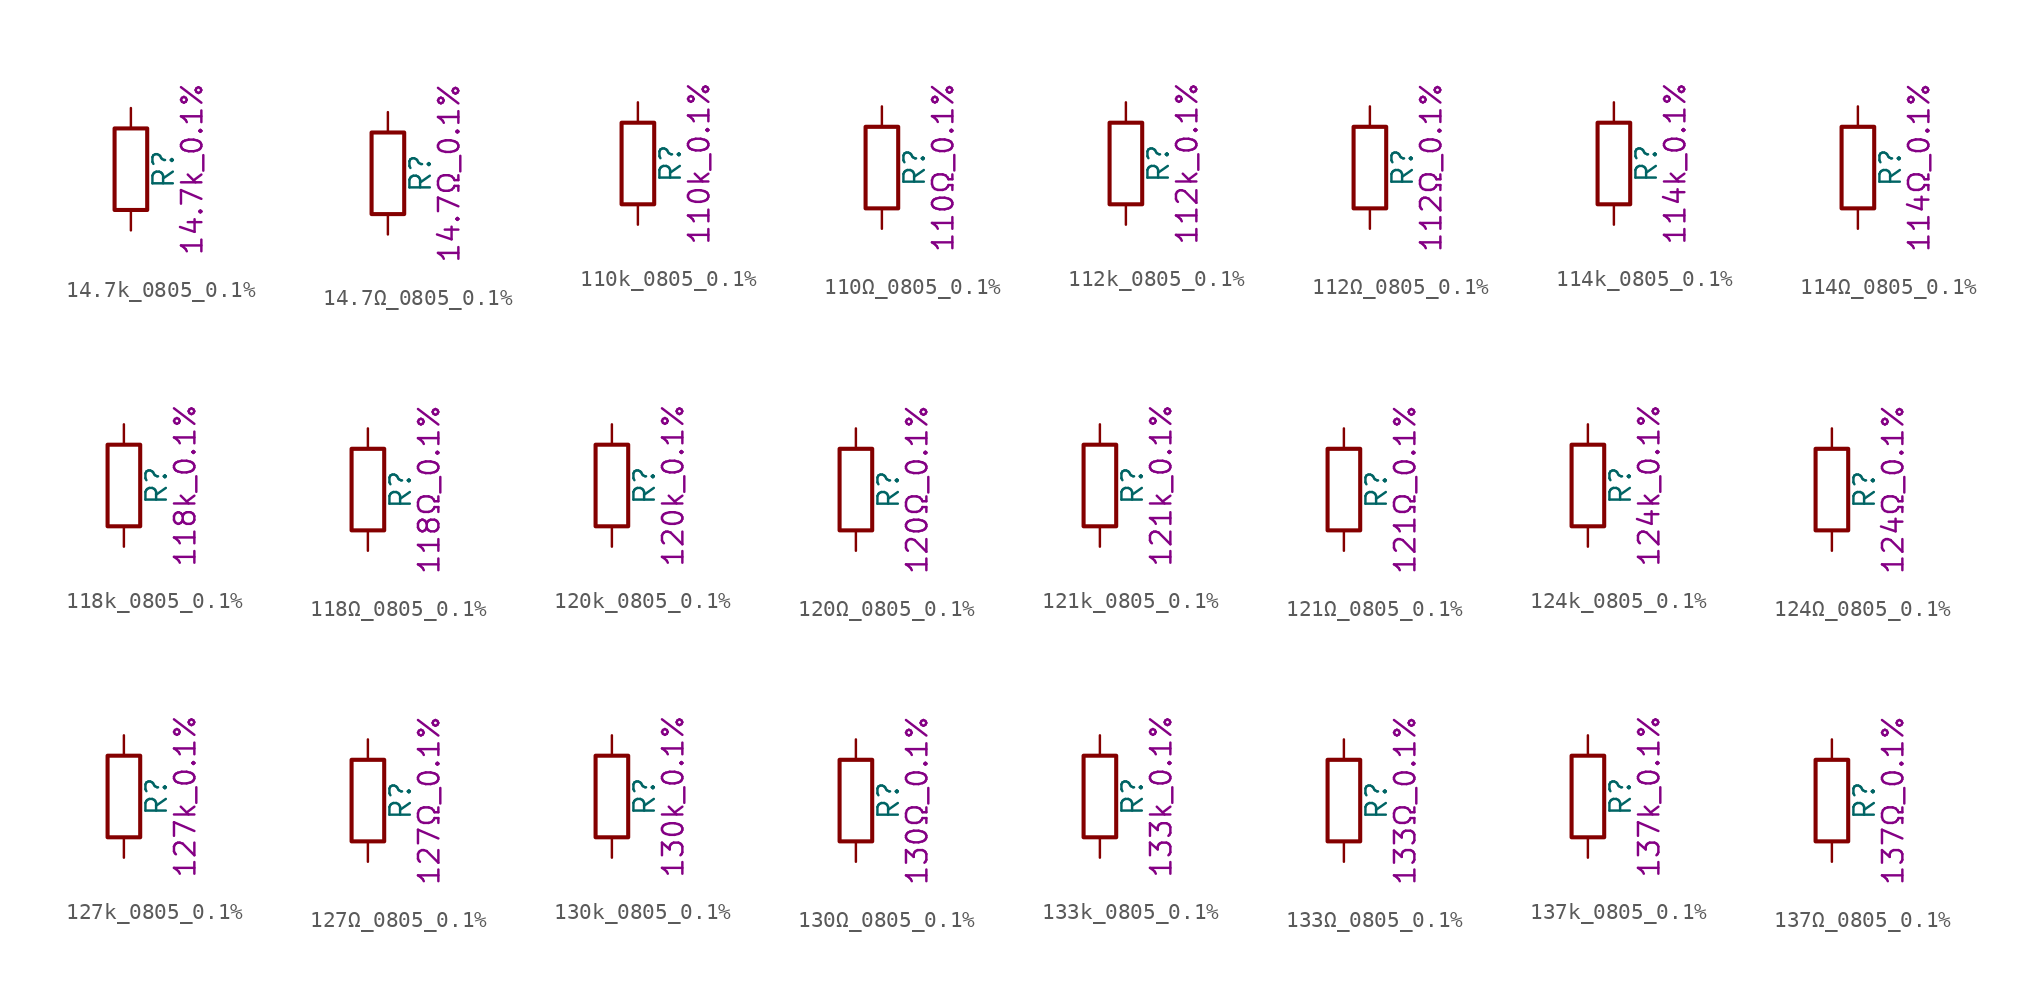
<source format=kicad_sym>
(kicad_symbol_lib
  (version 20211014)
  (generator kicad_symbol_editor)
  (symbol "14.7k_0805_0.1%"
    (pin_numbers hide)
    (pin_names
      (offset 0))
    (property "Reference" "R"
      (at 2.032 0 90)
      (effects (font (size 1.27 1.27))))
    (property "Display" "14.7k_0.1%"
      (at 3.81 0 90)
      (effects (font (size 1.27 1.27))))
    (symbol "14.7k_0805_0.1%_0_1"
      (rectangle (start -1.016 -2.54) (end 1.016 2.54) (stroke (width 0.254) (type default) (color 0 0 0 0)) (fill (type none))))
    (symbol "14.7k_0805_0.1%_1_1"
      (pin passive line (at 0 3.81 270) (length 1.27) (name "~" (effects (font (size 1.27 1.27)))) (number "1" (effects (font (size 1.27 1.27)))))
      (pin passive line (at 0 -3.81 90) (length 1.27) (name "~" (effects (font (size 1.27 1.27)))) (number "2" (effects (font (size 1.27 1.27)))))))
  (symbol "14.7Ω_0805_0.1%"
    (pin_numbers hide)
    (pin_names
      (offset 0))
    (property "Reference" "R"
      (at 2.032 0 90)
      (effects (font (size 1.27 1.27))))
    (property "Display" "14.7Ω_0.1%"
      (at 3.81 0 90)
      (effects (font (size 1.27 1.27))))
    (symbol "14.7Ω_0805_0.1%_0_1"
      (rectangle (start -1.016 -2.54) (end 1.016 2.54) (stroke (width 0.254) (type default) (color 0 0 0 0)) (fill (type none))))
    (symbol "14.7Ω_0805_0.1%_1_1"
      (pin passive line (at 0 3.81 270) (length 1.27) (name "~" (effects (font (size 1.27 1.27)))) (number "1" (effects (font (size 1.27 1.27)))))
      (pin passive line (at 0 -3.81 90) (length 1.27) (name "~" (effects (font (size 1.27 1.27)))) (number "2" (effects (font (size 1.27 1.27)))))))
  (symbol "110k_0805_0.1%"
    (pin_numbers hide)
    (pin_names
      (offset 0))
    (property "Reference" "R"
      (at 2.032 0 90)
      (effects (font (size 1.27 1.27))))
    (property "Display" "110k_0.1%"
      (at 3.81 0 90)
      (effects (font (size 1.27 1.27))))
    (symbol "110k_0805_0.1%_0_1"
      (rectangle (start -1.016 -2.54) (end 1.016 2.54) (stroke (width 0.254) (type default) (color 0 0 0 0)) (fill (type none))))
    (symbol "110k_0805_0.1%_1_1"
      (pin passive line (at 0 3.81 270) (length 1.27) (name "~" (effects (font (size 1.27 1.27)))) (number "1" (effects (font (size 1.27 1.27)))))
      (pin passive line (at 0 -3.81 90) (length 1.27) (name "~" (effects (font (size 1.27 1.27)))) (number "2" (effects (font (size 1.27 1.27)))))))
  (symbol "110Ω_0805_0.1%"
    (pin_numbers hide)
    (pin_names
      (offset 0))
    (property "Reference" "R"
      (at 2.032 0 90)
      (effects (font (size 1.27 1.27))))
    (property "Display" "110Ω_0.1%"
      (at 3.81 0 90)
      (effects (font (size 1.27 1.27))))
    (symbol "110Ω_0805_0.1%_0_1"
      (rectangle (start -1.016 -2.54) (end 1.016 2.54) (stroke (width 0.254) (type default) (color 0 0 0 0)) (fill (type none))))
    (symbol "110Ω_0805_0.1%_1_1"
      (pin passive line (at 0 3.81 270) (length 1.27) (name "~" (effects (font (size 1.27 1.27)))) (number "1" (effects (font (size 1.27 1.27)))))
      (pin passive line (at 0 -3.81 90) (length 1.27) (name "~" (effects (font (size 1.27 1.27)))) (number "2" (effects (font (size 1.27 1.27)))))))
  (symbol "112k_0805_0.1%"
    (pin_numbers hide)
    (pin_names
      (offset 0))
    (property "Reference" "R"
      (at 2.032 0 90)
      (effects (font (size 1.27 1.27))))
    (property "Display" "112k_0.1%"
      (at 3.81 0 90)
      (effects (font (size 1.27 1.27))))
    (symbol "112k_0805_0.1%_0_1"
      (rectangle (start -1.016 -2.54) (end 1.016 2.54) (stroke (width 0.254) (type default) (color 0 0 0 0)) (fill (type none))))
    (symbol "112k_0805_0.1%_1_1"
      (pin passive line (at 0 3.81 270) (length 1.27) (name "~" (effects (font (size 1.27 1.27)))) (number "1" (effects (font (size 1.27 1.27)))))
      (pin passive line (at 0 -3.81 90) (length 1.27) (name "~" (effects (font (size 1.27 1.27)))) (number "2" (effects (font (size 1.27 1.27)))))))
  (symbol "112Ω_0805_0.1%"
    (pin_numbers hide)
    (pin_names
      (offset 0))
    (property "Reference" "R"
      (at 2.032 0 90)
      (effects (font (size 1.27 1.27))))
    (property "Display" "112Ω_0.1%"
      (at 3.81 0 90)
      (effects (font (size 1.27 1.27))))
    (symbol "112Ω_0805_0.1%_0_1"
      (rectangle (start -1.016 -2.54) (end 1.016 2.54) (stroke (width 0.254) (type default) (color 0 0 0 0)) (fill (type none))))
    (symbol "112Ω_0805_0.1%_1_1"
      (pin passive line (at 0 3.81 270) (length 1.27) (name "~" (effects (font (size 1.27 1.27)))) (number "1" (effects (font (size 1.27 1.27)))))
      (pin passive line (at 0 -3.81 90) (length 1.27) (name "~" (effects (font (size 1.27 1.27)))) (number "2" (effects (font (size 1.27 1.27)))))))
  (symbol "114k_0805_0.1%"
    (pin_numbers hide)
    (pin_names
      (offset 0))
    (property "Reference" "R"
      (at 2.032 0 90)
      (effects (font (size 1.27 1.27))))
    (property "Display" "114k_0.1%"
      (at 3.81 0 90)
      (effects (font (size 1.27 1.27))))
    (symbol "114k_0805_0.1%_0_1"
      (rectangle (start -1.016 -2.54) (end 1.016 2.54) (stroke (width 0.254) (type default) (color 0 0 0 0)) (fill (type none))))
    (symbol "114k_0805_0.1%_1_1"
      (pin passive line (at 0 3.81 270) (length 1.27) (name "~" (effects (font (size 1.27 1.27)))) (number "1" (effects (font (size 1.27 1.27)))))
      (pin passive line (at 0 -3.81 90) (length 1.27) (name "~" (effects (font (size 1.27 1.27)))) (number "2" (effects (font (size 1.27 1.27)))))))
  (symbol "114Ω_0805_0.1%"
    (pin_numbers hide)
    (pin_names
      (offset 0))
    (property "Reference" "R"
      (at 2.032 0 90)
      (effects (font (size 1.27 1.27))))
    (property "Display" "114Ω_0.1%"
      (at 3.81 0 90)
      (effects (font (size 1.27 1.27))))
    (symbol "114Ω_0805_0.1%_0_1"
      (rectangle (start -1.016 -2.54) (end 1.016 2.54) (stroke (width 0.254) (type default) (color 0 0 0 0)) (fill (type none))))
    (symbol "114Ω_0805_0.1%_1_1"
      (pin passive line (at 0 3.81 270) (length 1.27) (name "~" (effects (font (size 1.27 1.27)))) (number "1" (effects (font (size 1.27 1.27)))))
      (pin passive line (at 0 -3.81 90) (length 1.27) (name "~" (effects (font (size 1.27 1.27)))) (number "2" (effects (font (size 1.27 1.27)))))))
  (symbol "118k_0805_0.1%"
    (pin_numbers hide)
    (pin_names
      (offset 0))
    (property "Reference" "R"
      (at 2.032 0 90)
      (effects (font (size 1.27 1.27))))
    (property "Display" "118k_0.1%"
      (at 3.81 0 90)
      (effects (font (size 1.27 1.27))))
    (symbol "118k_0805_0.1%_0_1"
      (rectangle (start -1.016 -2.54) (end 1.016 2.54) (stroke (width 0.254) (type default) (color 0 0 0 0)) (fill (type none))))
    (symbol "118k_0805_0.1%_1_1"
      (pin passive line (at 0 3.81 270) (length 1.27) (name "~" (effects (font (size 1.27 1.27)))) (number "1" (effects (font (size 1.27 1.27)))))
      (pin passive line (at 0 -3.81 90) (length 1.27) (name "~" (effects (font (size 1.27 1.27)))) (number "2" (effects (font (size 1.27 1.27)))))))
  (symbol "118Ω_0805_0.1%"
    (pin_numbers hide)
    (pin_names
      (offset 0))
    (property "Reference" "R"
      (at 2.032 0 90)
      (effects (font (size 1.27 1.27))))
    (property "Display" "118Ω_0.1%"
      (at 3.81 0 90)
      (effects (font (size 1.27 1.27))))
    (symbol "118Ω_0805_0.1%_0_1"
      (rectangle (start -1.016 -2.54) (end 1.016 2.54) (stroke (width 0.254) (type default) (color 0 0 0 0)) (fill (type none))))
    (symbol "118Ω_0805_0.1%_1_1"
      (pin passive line (at 0 3.81 270) (length 1.27) (name "~" (effects (font (size 1.27 1.27)))) (number "1" (effects (font (size 1.27 1.27)))))
      (pin passive line (at 0 -3.81 90) (length 1.27) (name "~" (effects (font (size 1.27 1.27)))) (number "2" (effects (font (size 1.27 1.27)))))))
  (symbol "120k_0805_0.1%"
    (pin_numbers hide)
    (pin_names
      (offset 0))
    (property "Reference" "R"
      (at 2.032 0 90)
      (effects (font (size 1.27 1.27))))
    (property "Display" "120k_0.1%"
      (at 3.81 0 90)
      (effects (font (size 1.27 1.27))))
    (symbol "120k_0805_0.1%_0_1"
      (rectangle (start -1.016 -2.54) (end 1.016 2.54) (stroke (width 0.254) (type default) (color 0 0 0 0)) (fill (type none))))
    (symbol "120k_0805_0.1%_1_1"
      (pin passive line (at 0 3.81 270) (length 1.27) (name "~" (effects (font (size 1.27 1.27)))) (number "1" (effects (font (size 1.27 1.27)))))
      (pin passive line (at 0 -3.81 90) (length 1.27) (name "~" (effects (font (size 1.27 1.27)))) (number "2" (effects (font (size 1.27 1.27)))))))
  (symbol "120Ω_0805_0.1%"
    (pin_numbers hide)
    (pin_names
      (offset 0))
    (property "Reference" "R"
      (at 2.032 0 90)
      (effects (font (size 1.27 1.27))))
    (property "Display" "120Ω_0.1%"
      (at 3.81 0 90)
      (effects (font (size 1.27 1.27))))
    (symbol "120Ω_0805_0.1%_0_1"
      (rectangle (start -1.016 -2.54) (end 1.016 2.54) (stroke (width 0.254) (type default) (color 0 0 0 0)) (fill (type none))))
    (symbol "120Ω_0805_0.1%_1_1"
      (pin passive line (at 0 3.81 270) (length 1.27) (name "~" (effects (font (size 1.27 1.27)))) (number "1" (effects (font (size 1.27 1.27)))))
      (pin passive line (at 0 -3.81 90) (length 1.27) (name "~" (effects (font (size 1.27 1.27)))) (number "2" (effects (font (size 1.27 1.27)))))))
  (symbol "121k_0805_0.1%"
    (pin_numbers hide)
    (pin_names
      (offset 0))
    (property "Reference" "R"
      (at 2.032 0 90)
      (effects (font (size 1.27 1.27))))
    (property "Display" "121k_0.1%"
      (at 3.81 0 90)
      (effects (font (size 1.27 1.27))))
    (symbol "121k_0805_0.1%_0_1"
      (rectangle (start -1.016 -2.54) (end 1.016 2.54) (stroke (width 0.254) (type default) (color 0 0 0 0)) (fill (type none))))
    (symbol "121k_0805_0.1%_1_1"
      (pin passive line (at 0 3.81 270) (length 1.27) (name "~" (effects (font (size 1.27 1.27)))) (number "1" (effects (font (size 1.27 1.27)))))
      (pin passive line (at 0 -3.81 90) (length 1.27) (name "~" (effects (font (size 1.27 1.27)))) (number "2" (effects (font (size 1.27 1.27)))))))
  (symbol "121Ω_0805_0.1%"
    (pin_numbers hide)
    (pin_names
      (offset 0))
    (property "Reference" "R"
      (at 2.032 0 90)
      (effects (font (size 1.27 1.27))))
    (property "Display" "121Ω_0.1%"
      (at 3.81 0 90)
      (effects (font (size 1.27 1.27))))
    (symbol "121Ω_0805_0.1%_0_1"
      (rectangle (start -1.016 -2.54) (end 1.016 2.54) (stroke (width 0.254) (type default) (color 0 0 0 0)) (fill (type none))))
    (symbol "121Ω_0805_0.1%_1_1"
      (pin passive line (at 0 3.81 270) (length 1.27) (name "~" (effects (font (size 1.27 1.27)))) (number "1" (effects (font (size 1.27 1.27)))))
      (pin passive line (at 0 -3.81 90) (length 1.27) (name "~" (effects (font (size 1.27 1.27)))) (number "2" (effects (font (size 1.27 1.27)))))))
  (symbol "124k_0805_0.1%"
    (pin_numbers hide)
    (pin_names
      (offset 0))
    (property "Reference" "R"
      (at 2.032 0 90)
      (effects (font (size 1.27 1.27))))
    (property "Display" "124k_0.1%"
      (at 3.81 0 90)
      (effects (font (size 1.27 1.27))))
    (symbol "124k_0805_0.1%_0_1"
      (rectangle (start -1.016 -2.54) (end 1.016 2.54) (stroke (width 0.254) (type default) (color 0 0 0 0)) (fill (type none))))
    (symbol "124k_0805_0.1%_1_1"
      (pin passive line (at 0 3.81 270) (length 1.27) (name "~" (effects (font (size 1.27 1.27)))) (number "1" (effects (font (size 1.27 1.27)))))
      (pin passive line (at 0 -3.81 90) (length 1.27) (name "~" (effects (font (size 1.27 1.27)))) (number "2" (effects (font (size 1.27 1.27)))))))
  (symbol "124Ω_0805_0.1%"
    (pin_numbers hide)
    (pin_names
      (offset 0))
    (property "Reference" "R"
      (at 2.032 0 90)
      (effects (font (size 1.27 1.27))))
    (property "Display" "124Ω_0.1%"
      (at 3.81 0 90)
      (effects (font (size 1.27 1.27))))
    (symbol "124Ω_0805_0.1%_0_1"
      (rectangle (start -1.016 -2.54) (end 1.016 2.54) (stroke (width 0.254) (type default) (color 0 0 0 0)) (fill (type none))))
    (symbol "124Ω_0805_0.1%_1_1"
      (pin passive line (at 0 3.81 270) (length 1.27) (name "~" (effects (font (size 1.27 1.27)))) (number "1" (effects (font (size 1.27 1.27)))))
      (pin passive line (at 0 -3.81 90) (length 1.27) (name "~" (effects (font (size 1.27 1.27)))) (number "2" (effects (font (size 1.27 1.27)))))))
  (symbol "127k_0805_0.1%"
    (pin_numbers hide)
    (pin_names
      (offset 0))
    (property "Reference" "R"
      (at 2.032 0 90)
      (effects (font (size 1.27 1.27))))
    (property "Display" "127k_0.1%"
      (at 3.81 0 90)
      (effects (font (size 1.27 1.27))))
    (symbol "127k_0805_0.1%_0_1"
      (rectangle (start -1.016 -2.54) (end 1.016 2.54) (stroke (width 0.254) (type default) (color 0 0 0 0)) (fill (type none))))
    (symbol "127k_0805_0.1%_1_1"
      (pin passive line (at 0 3.81 270) (length 1.27) (name "~" (effects (font (size 1.27 1.27)))) (number "1" (effects (font (size 1.27 1.27)))))
      (pin passive line (at 0 -3.81 90) (length 1.27) (name "~" (effects (font (size 1.27 1.27)))) (number "2" (effects (font (size 1.27 1.27)))))))
  (symbol "127Ω_0805_0.1%"
    (pin_numbers hide)
    (pin_names
      (offset 0))
    (property "Reference" "R"
      (at 2.032 0 90)
      (effects (font (size 1.27 1.27))))
    (property "Display" "127Ω_0.1%"
      (at 3.81 0 90)
      (effects (font (size 1.27 1.27))))
    (symbol "127Ω_0805_0.1%_0_1"
      (rectangle (start -1.016 -2.54) (end 1.016 2.54) (stroke (width 0.254) (type default) (color 0 0 0 0)) (fill (type none))))
    (symbol "127Ω_0805_0.1%_1_1"
      (pin passive line (at 0 3.81 270) (length 1.27) (name "~" (effects (font (size 1.27 1.27)))) (number "1" (effects (font (size 1.27 1.27)))))
      (pin passive line (at 0 -3.81 90) (length 1.27) (name "~" (effects (font (size 1.27 1.27)))) (number "2" (effects (font (size 1.27 1.27)))))))
  (symbol "130k_0805_0.1%"
    (pin_numbers hide)
    (pin_names
      (offset 0))
    (property "Reference" "R"
      (at 2.032 0 90)
      (effects (font (size 1.27 1.27))))
    (property "Display" "130k_0.1%"
      (at 3.81 0 90)
      (effects (font (size 1.27 1.27))))
    (symbol "130k_0805_0.1%_0_1"
      (rectangle (start -1.016 -2.54) (end 1.016 2.54) (stroke (width 0.254) (type default) (color 0 0 0 0)) (fill (type none))))
    (symbol "130k_0805_0.1%_1_1"
      (pin passive line (at 0 3.81 270) (length 1.27) (name "~" (effects (font (size 1.27 1.27)))) (number "1" (effects (font (size 1.27 1.27)))))
      (pin passive line (at 0 -3.81 90) (length 1.27) (name "~" (effects (font (size 1.27 1.27)))) (number "2" (effects (font (size 1.27 1.27)))))))
  (symbol "130Ω_0805_0.1%"
    (pin_numbers hide)
    (pin_names
      (offset 0))
    (property "Reference" "R"
      (at 2.032 0 90)
      (effects (font (size 1.27 1.27))))
    (property "Display" "130Ω_0.1%"
      (at 3.81 0 90)
      (effects (font (size 1.27 1.27))))
    (symbol "130Ω_0805_0.1%_0_1"
      (rectangle (start -1.016 -2.54) (end 1.016 2.54) (stroke (width 0.254) (type default) (color 0 0 0 0)) (fill (type none))))
    (symbol "130Ω_0805_0.1%_1_1"
      (pin passive line (at 0 3.81 270) (length 1.27) (name "~" (effects (font (size 1.27 1.27)))) (number "1" (effects (font (size 1.27 1.27)))))
      (pin passive line (at 0 -3.81 90) (length 1.27) (name "~" (effects (font (size 1.27 1.27)))) (number "2" (effects (font (size 1.27 1.27)))))))
  (symbol "133k_0805_0.1%"
    (pin_numbers hide)
    (pin_names
      (offset 0))
    (property "Reference" "R"
      (at 2.032 0 90)
      (effects (font (size 1.27 1.27))))
    (property "Display" "133k_0.1%"
      (at 3.81 0 90)
      (effects (font (size 1.27 1.27))))
    (symbol "133k_0805_0.1%_0_1"
      (rectangle (start -1.016 -2.54) (end 1.016 2.54) (stroke (width 0.254) (type default) (color 0 0 0 0)) (fill (type none))))
    (symbol "133k_0805_0.1%_1_1"
      (pin passive line (at 0 3.81 270) (length 1.27) (name "~" (effects (font (size 1.27 1.27)))) (number "1" (effects (font (size 1.27 1.27)))))
      (pin passive line (at 0 -3.81 90) (length 1.27) (name "~" (effects (font (size 1.27 1.27)))) (number "2" (effects (font (size 1.27 1.27)))))))
  (symbol "133Ω_0805_0.1%"
    (pin_numbers hide)
    (pin_names
      (offset 0))
    (property "Reference" "R"
      (at 2.032 0 90)
      (effects (font (size 1.27 1.27))))
    (property "Display" "133Ω_0.1%"
      (at 3.81 0 90)
      (effects (font (size 1.27 1.27))))
    (symbol "133Ω_0805_0.1%_0_1"
      (rectangle (start -1.016 -2.54) (end 1.016 2.54) (stroke (width 0.254) (type default) (color 0 0 0 0)) (fill (type none))))
    (symbol "133Ω_0805_0.1%_1_1"
      (pin passive line (at 0 3.81 270) (length 1.27) (name "~" (effects (font (size 1.27 1.27)))) (number "1" (effects (font (size 1.27 1.27)))))
      (pin passive line (at 0 -3.81 90) (length 1.27) (name "~" (effects (font (size 1.27 1.27)))) (number "2" (effects (font (size 1.27 1.27)))))))
  (symbol "137k_0805_0.1%"
    (pin_numbers hide)
    (pin_names
      (offset 0))
    (property "Reference" "R"
      (at 2.032 0 90)
      (effects (font (size 1.27 1.27))))
    (property "Display" "137k_0.1%"
      (at 3.81 0 90)
      (effects (font (size 1.27 1.27))))
    (symbol "137k_0805_0.1%_0_1"
      (rectangle (start -1.016 -2.54) (end 1.016 2.54) (stroke (width 0.254) (type default) (color 0 0 0 0)) (fill (type none))))
    (symbol "137k_0805_0.1%_1_1"
      (pin passive line (at 0 3.81 270) (length 1.27) (name "~" (effects (font (size 1.27 1.27)))) (number "1" (effects (font (size 1.27 1.27)))))
      (pin passive line (at 0 -3.81 90) (length 1.27) (name "~" (effects (font (size 1.27 1.27)))) (number "2" (effects (font (size 1.27 1.27)))))))
  (symbol "137Ω_0805_0.1%"
    (pin_numbers hide)
    (pin_names
      (offset 0))
    (property "Reference" "R"
      (at 2.032 0 90)
      (effects (font (size 1.27 1.27))))
    (property "Display" "137Ω_0.1%"
      (at 3.81 0 90)
      (effects (font (size 1.27 1.27))))
    (symbol "137Ω_0805_0.1%_0_1"
      (rectangle (start -1.016 -2.54) (end 1.016 2.54) (stroke (width 0.254) (type default) (color 0 0 0 0)) (fill (type none))))
    (symbol "137Ω_0805_0.1%_1_1"
      (pin passive line (at 0 3.81 270) (length 1.27) (name "~" (effects (font (size 1.27 1.27)))) (number "1" (effects (font (size 1.27 1.27)))))
      (pin passive line (at 0 -3.81 90) (length 1.27) (name "~" (effects (font (size 1.27 1.27)))) (number "2" (effects (font (size 1.27 1.27))))))))
</source>
